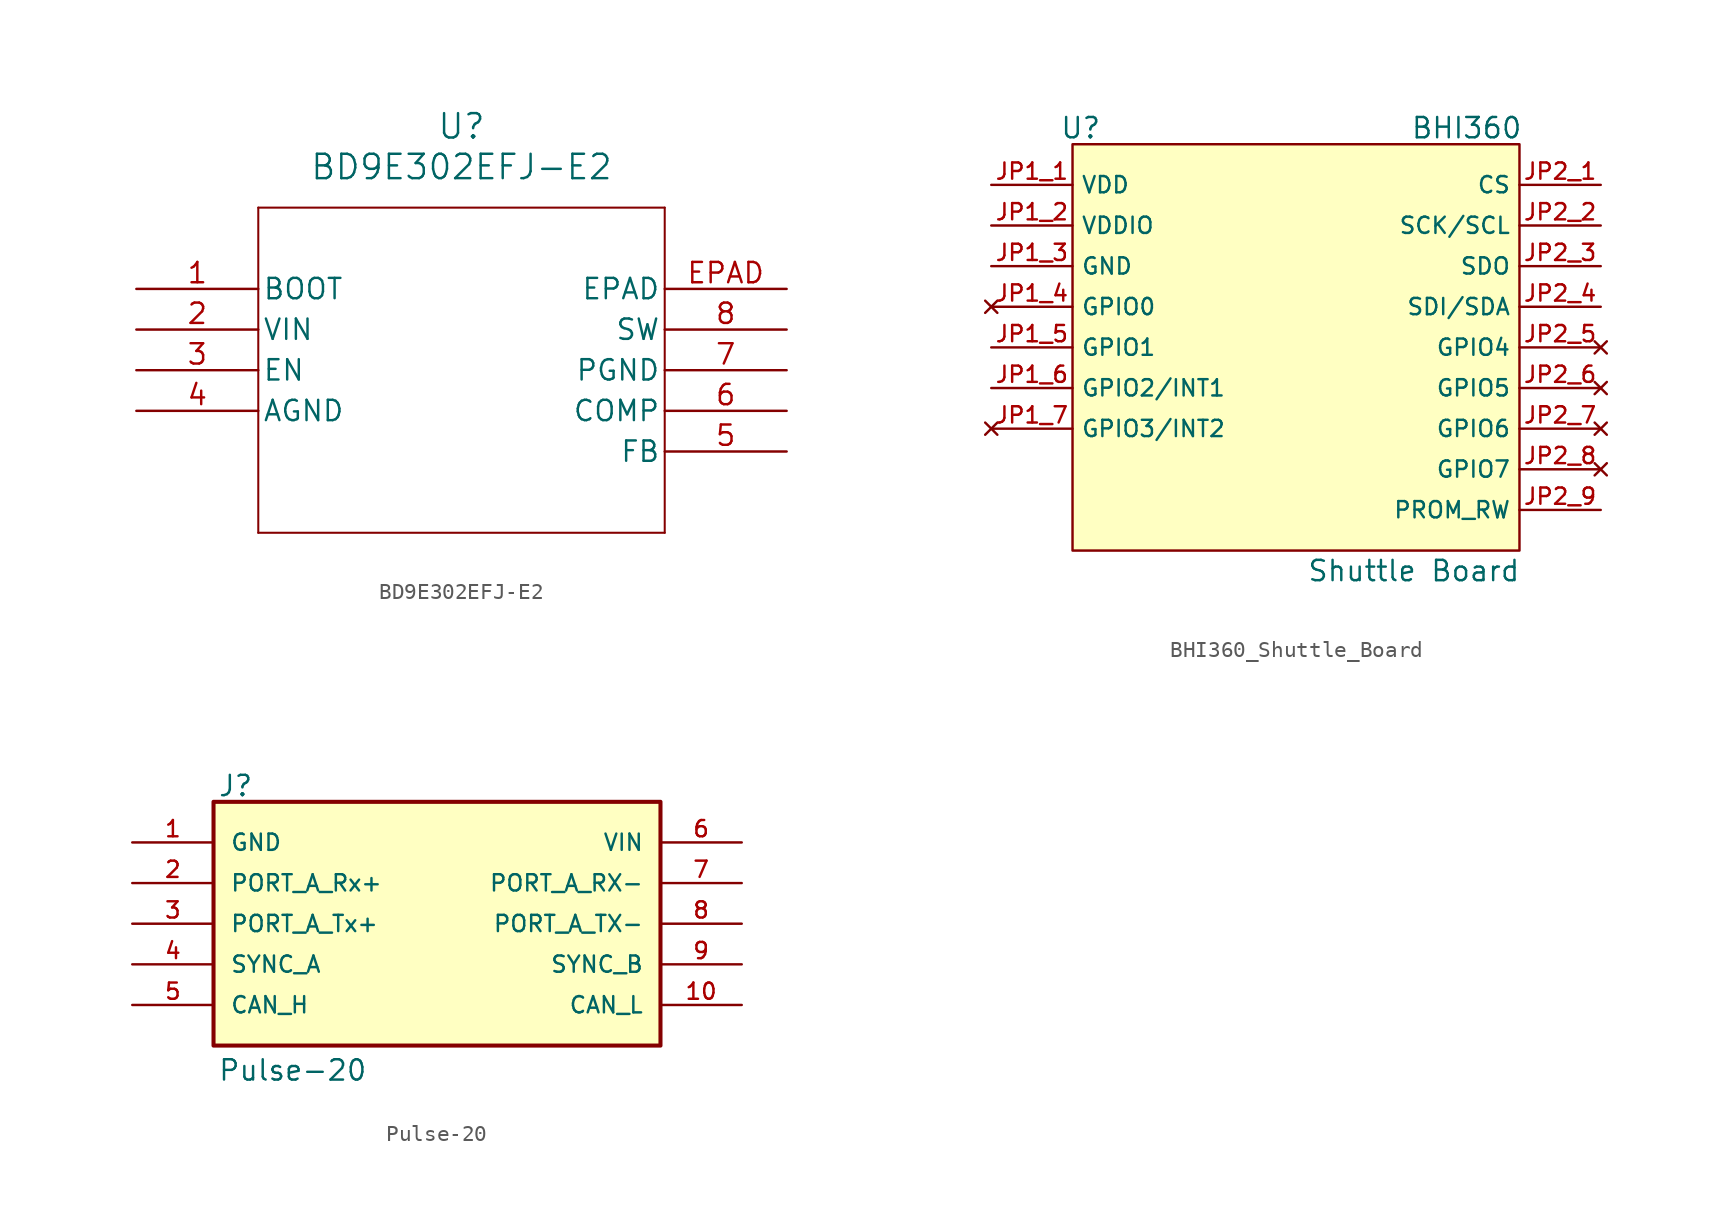
<source format=kicad_sym>
(kicad_symbol_lib
  (version 20241209)
  (generator "kicad_symbol_editor")
  (generator_version "9.0")
  (symbol "BD9E302EFJ-E2"
    (pin_names
      (offset 0.254))
    (property "Reference" "U"
      (at 20.32 10.16 0)
      (effects (font (size 1.524 1.524))))
    (property "Value" "BD9E302EFJ-E2"
      (at 20.32 7.62 0)
      (effects (font (size 1.524 1.524))))
    (symbol "BD9E302EFJ-E2_0_1"
      (polyline (pts (xy 7.62 5.08) (xy 7.62 -15.24)) (stroke (width 0.127) (type default)) (fill (type none)))
      (polyline (pts (xy 7.62 -15.24) (xy 33.02 -15.24)) (stroke (width 0.127) (type default)) (fill (type none)))
      (polyline (pts (xy 33.02 5.08) (xy 7.62 5.08)) (stroke (width 0.127) (type default)) (fill (type none)))
      (polyline (pts (xy 33.02 -15.24) (xy 33.02 5.08)) (stroke (width 0.127) (type default)) (fill (type none)))
      (pin unspecified line (at 0 0 0) (length 7.62) (name "BOOT" (effects (font (size 1.27 1.27)))) (number "1" (effects (font (size 1.27 1.27)))))
      (pin unspecified line (at 0 -2.54 0) (length 7.62) (name "VIN" (effects (font (size 1.27 1.27)))) (number "2" (effects (font (size 1.27 1.27)))))
      (pin unspecified line (at 0 -5.08 0) (length 7.62) (name "EN" (effects (font (size 1.27 1.27)))) (number "3" (effects (font (size 1.27 1.27)))))
      (pin power_out line (at 0 -7.62 0) (length 7.62) (name "AGND" (effects (font (size 1.27 1.27)))) (number "4" (effects (font (size 1.27 1.27)))))
      (pin unspecified line (at 40.64 0 180) (length 7.62) (name "EPAD" (effects (font (size 1.27 1.27)))) (number "EPAD" (effects (font (size 1.27 1.27)))))
      (pin unspecified line (at 40.64 -2.54 180) (length 7.62) (name "SW" (effects (font (size 1.27 1.27)))) (number "8" (effects (font (size 1.27 1.27)))))
      (pin power_out line (at 40.64 -5.08 180) (length 7.62) (name "PGND" (effects (font (size 1.27 1.27)))) (number "7" (effects (font (size 1.27 1.27)))))
      (pin unspecified line (at 40.64 -7.62 180) (length 7.62) (name "COMP" (effects (font (size 1.27 1.27)))) (number "6" (effects (font (size 1.27 1.27)))))
      (pin unspecified line (at 40.64 -10.16 180) (length 7.62) (name "FB" (effects (font (size 1.27 1.27)))) (number "5" (effects (font (size 1.27 1.27)))))))
  (symbol "BHI360_Shuttle_Board"
    (property "Reference" "U"
      (at -13.462 13.716 0)
      (do_not_autoplace)
      (effects (font (size 1.27 1.27))))
    (property "Value" "BHI360"
      (at 10.668 13.716 0)
      (do_not_autoplace)
      (effects (font (size 1.27 1.27))))
    (symbol "BHI360_Shuttle_Board_1_1"
      (rectangle (start -13.97 12.7) (end 13.97 -12.7) (stroke (width 0) (type solid)) (fill (type background)))
      (text "Shuttle Board\n" (at 7.366 -13.97 0) (effects (font (size 1.27 1.27) (color 0 102 101 1))))
      (pin power_in line (at -19.05 10.16 0) (length 5.08) (name "VDD" (effects (font (size 1.016 1.016)))) (number "JP1_1" (effects (font (size 1.016 1.016)))))
      (pin power_in line (at -19.05 7.62 0) (length 5.08) (name "VDDIO" (effects (font (size 1.016 1.016)))) (number "JP1_2" (effects (font (size 1.016 1.016)))))
      (pin power_in line (at -19.05 5.08 0) (length 5.08) (name "GND" (effects (font (size 1.016 1.016)))) (number "JP1_3" (effects (font (size 1.016 1.016)))))
      (pin no_connect line (at -19.05 2.54 0) (length 5.08) (name "GPIO0" (effects (font (size 1.016 1.016)))) (number "JP1_4" (effects (font (size 1.016 1.016)))))
      (pin input line (at -19.05 0 0) (length 5.08) (name "GPIO1" (effects (font (size 1.016 1.016)))) (number "JP1_5" (effects (font (size 1.016 1.016)))))
      (pin output line (at -19.05 -2.54 0) (length 5.08) (name "GPIO2/INT1" (effects (font (size 1.016 1.016)))) (number "JP1_6" (effects (font (size 1.016 1.016)))))
      (pin no_connect line (at -19.05 -5.08 0) (length 5.08) (name "GPIO3/INT2" (effects (font (size 1.016 1.016)))) (number "JP1_7" (effects (font (size 1.016 1.016)))))
      (pin input line (at 19.05 10.16 180) (length 5.08) (name "CS" (effects (font (size 1.016 1.016)))) (number "JP2_1" (effects (font (size 1.016 1.016)))))
      (pin input line (at 19.05 7.62 180) (length 5.08) (name "SCK/SCL" (effects (font (size 1.016 1.016)))) (number "JP2_2" (effects (font (size 1.016 1.016)))))
      (pin output line (at 19.05 5.08 180) (length 5.08) (name "SDO" (effects (font (size 1.016 1.016)))) (number "JP2_3" (effects (font (size 1.016 1.016)))))
      (pin bidirectional line (at 19.05 2.54 180) (length 5.08) (name "SDI/SDA" (effects (font (size 1.016 1.016)))) (number "JP2_4" (effects (font (size 1.016 1.016)))))
      (pin no_connect line (at 19.05 0 180) (length 5.08) (name "GPIO4" (effects (font (size 1.016 1.016)))) (number "JP2_5" (effects (font (size 1.016 1.016)))))
      (pin no_connect line (at 19.05 -2.54 180) (length 5.08) (name "GPIO5" (effects (font (size 1.016 1.016)))) (number "JP2_6" (effects (font (size 1.016 1.016)))))
      (pin no_connect line (at 19.05 -5.08 180) (length 5.08) (name "GPIO6" (effects (font (size 1.016 1.016)))) (number "JP2_7" (effects (font (size 1.016 1.016)))))
      (pin no_connect line (at 19.05 -7.62 180) (length 5.08) (name "GPIO7" (effects (font (size 1.016 1.016)))) (number "JP2_8" (effects (font (size 1.016 1.016)))))
      (pin bidirectional line (at 19.05 -10.16 180) (length 5.08) (name "PROM_RW" (effects (font (size 1.016 1.016)))) (number "JP2_9" (effects (font (size 1.016 1.016)))))))
  (symbol "Pulse-20"
    (pin_names
      (offset 1.016))
    (property "Reference" "J"
      (at -13.716 7.874 0)
      (effects (font (size 1.27 1.27)) (justify left bottom)))
    (property "Value" "Pulse-20"
      (at -13.716 -9.906 0)
      (effects (font (size 1.27 1.27)) (justify left bottom)))
    (symbol "Pulse-20_0_0"
      (rectangle (start -13.97 7.62) (end 13.97 -7.62) (stroke (width 0.254) (type default)) (fill (type background))))
    (symbol "Pulse-20_1_0"
      (pin power_in line (at -19.05 5.08 0) (length 5.08) (name "GND" (effects (font (size 1.016 1.016)))) (number "1" (effects (font (size 1.016 1.016)))))
      (pin input line (at -19.05 2.54 0) (length 5.08) (name "PORT_A_Rx+" (effects (font (size 1.016 1.016)))) (number "2" (effects (font (size 1.016 1.016)))))
      (pin output line (at -19.05 0 0) (length 5.08) (name "PORT_A_Tx+" (effects (font (size 1.016 1.016)))) (number "3" (effects (font (size 1.016 1.016)))))
      (pin bidirectional line (at -19.05 -2.54 0) (length 5.08) (name "SYNC_A" (effects (font (size 1.016 1.016)))) (number "4" (effects (font (size 1.016 1.016)))))
      (pin bidirectional line (at -19.05 -5.08 0) (length 5.08) (name "CAN_H" (effects (font (size 1.016 1.016)))) (number "5" (effects (font (size 1.016 1.016)))))
      (pin power_in line (at 19.05 5.08 180) (length 5.08) (name "VIN" (effects (font (size 1.016 1.016)))) (number "6" (effects (font (size 1.016 1.016)))))
      (pin input line (at 19.05 2.54 180) (length 5.08) (name "PORT_A_RX-" (effects (font (size 1.016 1.016)))) (number "7" (effects (font (size 1.016 1.016)))))
      (pin output line (at 19.05 0 180) (length 5.08) (name "PORT_A_TX-" (effects (font (size 1.016 1.016)))) (number "8" (effects (font (size 1.016 1.016)))))
      (pin bidirectional line (at 19.05 -2.54 180) (length 5.08) (name "SYNC_B" (effects (font (size 1.016 1.016)))) (number "9" (effects (font (size 1.016 1.016)))))
      (pin bidirectional line (at 19.05 -5.08 180) (length 5.08) (name "CAN_L" (effects (font (size 1.016 1.016)))) (number "10" (effects (font (size 1.016 1.016))))))))
</source>
